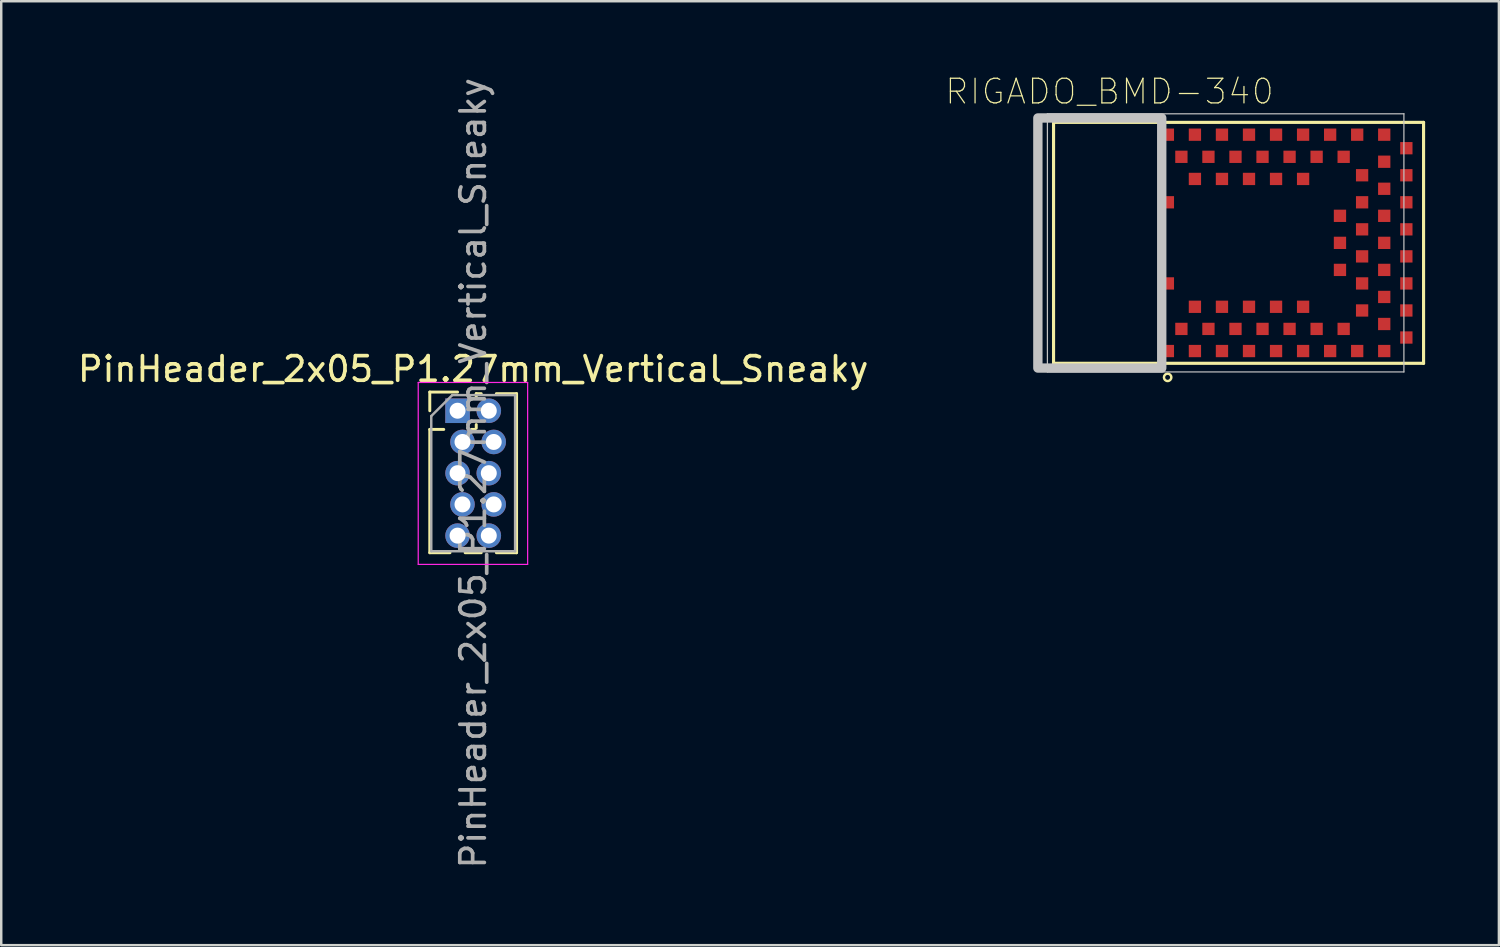
<source format=kicad_pcb>
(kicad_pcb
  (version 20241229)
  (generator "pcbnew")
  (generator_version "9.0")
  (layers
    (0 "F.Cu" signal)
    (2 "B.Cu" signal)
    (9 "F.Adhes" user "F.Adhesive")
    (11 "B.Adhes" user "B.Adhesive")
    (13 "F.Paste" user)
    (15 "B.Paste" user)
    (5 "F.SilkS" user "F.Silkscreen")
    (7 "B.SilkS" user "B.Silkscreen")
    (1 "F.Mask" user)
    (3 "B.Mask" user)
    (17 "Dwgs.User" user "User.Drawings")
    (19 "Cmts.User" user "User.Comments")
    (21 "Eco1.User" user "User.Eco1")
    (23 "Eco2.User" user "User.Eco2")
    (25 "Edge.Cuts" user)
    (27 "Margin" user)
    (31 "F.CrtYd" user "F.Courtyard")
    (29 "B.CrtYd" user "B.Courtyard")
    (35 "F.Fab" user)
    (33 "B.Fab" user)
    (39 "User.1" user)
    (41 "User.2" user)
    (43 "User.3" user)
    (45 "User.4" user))
  (footprint "PinHeader_2x05_P1.27mm_Vertical_Sneaky"
    (layer "F.Cu")
    (at 15.561 13.656)
    (property "Reference" "PinHeader_2x05_P1.27mm_Vertical_Sneaky" (at 0.635 -1.695 0) (layer "F.SilkS") (effects (font (size 1 1) (thickness 0.15))))
    (attr through_hole)
    (fp_line (start -1.13 -0.76) (end 0 -0.76) (stroke (width 0.12) (type solid)) (layer "F.SilkS"))
    (fp_line (start -1.13 0) (end -1.13 -0.76) (stroke (width 0.12) (type solid)) (layer "F.SilkS"))
    (fp_line (start -1.13 0.76) (end -1.13 5.775) (stroke (width 0.12) (type solid)) (layer "F.SilkS"))
    (fp_line (start -1.13 0.76) (end -0.563 0.76) (stroke (width 0.12) (type solid)) (layer "F.SilkS"))
    (fp_line (start -1.13 5.775) (end -0.308 5.775) (stroke (width 0.12) (type solid)) (layer "F.SilkS"))
    (fp_line (start 0.308 5.775) (end 0.962 5.775) (stroke (width 0.12) (type solid)) (layer "F.SilkS"))
    (fp_line (start 0.563 0.76) (end 0.707 0.76) (stroke (width 0.12) (type solid)) (layer "F.SilkS"))
    (fp_line (start 0.76 -0.695) (end 0.962 -0.695) (stroke (width 0.12) (type solid)) (layer "F.SilkS"))
    (fp_line (start 0.76 -0.563) (end 0.76 -0.695) (stroke (width 0.12) (type solid)) (layer "F.SilkS"))
    (fp_line (start 0.76 0.707) (end 0.76 0.563) (stroke (width 0.12) (type solid)) (layer "F.SilkS"))
    (fp_line (start 1.578 -0.695) (end 2.4 -0.695) (stroke (width 0.12) (type solid)) (layer "F.SilkS"))
    (fp_line (start 1.578 5.775) (end 2.4 5.775) (stroke (width 0.12) (type solid)) (layer "F.SilkS"))
    (fp_line (start 2.4 -0.695) (end 2.4 5.775) (stroke (width 0.12) (type solid)) (layer "F.SilkS"))
    (fp_line (start -1.6 -1.15) (end -1.6 6.25) (stroke (width 0.05) (type solid)) (layer "F.CrtYd"))
    (fp_line (start -1.6 6.25) (end 2.85 6.25) (stroke (width 0.05) (type solid)) (layer "F.CrtYd"))
    (fp_line (start 2.85 -1.15) (end -1.6 -1.15) (stroke (width 0.05) (type solid)) (layer "F.CrtYd"))
    (fp_line (start 2.85 6.25) (end 2.85 -1.15) (stroke (width 0.05) (type solid)) (layer "F.CrtYd"))
    (fp_line (start -1.07 0.217) (end -0.217 -0.635) (stroke (width 0.1) (type solid)) (layer "F.Fab"))
    (fp_line (start -1.07 5.715) (end -1.07 0.217) (stroke (width 0.1) (type solid)) (layer "F.Fab"))
    (fp_line (start -0.217 -0.635) (end 2.34 -0.635) (stroke (width 0.1) (type solid)) (layer "F.Fab"))
    (fp_line (start 2.34 -0.635) (end 2.34 5.715) (stroke (width 0.1) (type solid)) (layer "F.Fab"))
    (fp_line (start 2.34 5.715) (end -1.07 5.715) (stroke (width 0.1) (type solid)) (layer "F.Fab"))
    (fp_text user "${REFERENCE}" (at 0.635 2.54 90) (layer "F.Fab") (effects (font (size 1 1) (thickness 0.15))))
    (pad "1" thru_hole rect (at 0 0) (size 1 1) (drill 0.65) (layers "*.Cu" "*.Mask"))
    (pad "2" thru_hole oval (at 1.27 0) (size 1 1) (drill 0.65) (layers "*.Cu" "*.Mask"))
    (pad "3" thru_hole oval (at 0.2 1.27) (size 1 1) (drill 0.65) (layers "*.Cu" "*.Mask"))
    (pad "4" thru_hole oval (at 1.47 1.27) (size 1 1) (drill 0.65) (layers "*.Cu" "*.Mask"))
    (pad "5" thru_hole oval (at 0 2.54) (size 1 1) (drill 0.65) (layers "*.Cu" "*.Mask"))
    (pad "6" thru_hole oval (at 1.27 2.54) (size 1 1) (drill 0.65) (layers "*.Cu" "*.Mask"))
    (pad "7" thru_hole oval (at 0.2 3.81) (size 1 1) (drill 0.65) (layers "*.Cu" "*.Mask"))
    (pad "8" thru_hole oval (at 1.47 3.81) (size 1 1) (drill 0.65) (layers "*.Cu" "*.Mask"))
    (pad "9" thru_hole oval (at 0 5.08) (size 1 1) (drill 0.65) (layers "*.Cu" "*.Mask"))
    (pad "10" thru_hole oval (at 1.27 5.08) (size 1 1) (drill 0.65) (layers "*.Cu" "*.Mask")))
  (footprint "RIGADO_BMD-340"
    (layer "F.Cu")
    (at 46.802 6.828)
    (property "Reference" "RIGADO_BMD-340" (at -4.724 -6.154 0) (layer "F.SilkS") (effects (font (size 1.003 1.003) (thickness 0.05))))
    (attr smd)
    (fp_line (start -7 -4.9) (end -7 4.9) (stroke (width 0.127) (type solid)) (layer "F.SilkS"))
    (fp_line (start -7 4.9) (end 8.05 4.9) (stroke (width 0.127) (type solid)) (layer "F.SilkS"))
    (fp_line (start 8.05 -4.9) (end -7 -4.9) (stroke (width 0.127) (type solid)) (layer "F.SilkS"))
    (fp_line (start 8.05 4.9) (end 8.05 -4.9) (stroke (width 0.127) (type solid)) (layer "F.SilkS"))
    (fp_circle (center -2.36 5.47) (end -2.21 5.47) (stroke (width 0.1) (type solid)) (fill no) (layer "F.SilkS"))
    (fp_line (start -7.25 -5.25) (end -7.25 5.25) (stroke (width 0.05) (type solid)) (layer "Dwgs.User"))
    (fp_line (start -7.25 5.25) (end 7.25 5.25) (stroke (width 0.05) (type solid)) (layer "Dwgs.User"))
    (fp_line (start 7.25 -5.25) (end -7.25 -5.25) (stroke (width 0.05) (type solid)) (layer "Dwgs.User"))
    (fp_line (start 7.25 5.25) (end 7.25 -5.25) (stroke (width 0.05) (type solid)) (layer "Dwgs.User"))
    (fp_poly (pts (xy -7.638 -5.08) (xy -2.6 -5.08) (xy -2.6 5.092) (xy -7.638 5.092)) (stroke (width 0.381) (type solid)) (fill no) (layer "Dwgs.User"))
    (pad "1" smd rect (at -2.35 4.4) (size 0.5 0.5) (layers "F.Cu" "F.Mask" "F.Paste"))
    (pad "2" smd rect (at -1.8 3.5) (size 0.5 0.5) (layers "F.Cu" "F.Mask" "F.Paste"))
    (pad "3" smd rect (at -1.25 4.4) (size 0.5 0.5) (layers "F.Cu" "F.Mask" "F.Paste"))
    (pad "4" smd rect (at -0.7 3.5) (size 0.5 0.5) (layers "F.Cu" "F.Mask" "F.Paste"))
    (pad "5" smd rect (at -0.15 4.4) (size 0.5 0.5) (layers "F.Cu" "F.Mask" "F.Paste"))
    (pad "6" smd rect (at 0.4 3.5) (size 0.5 0.5) (layers "F.Cu" "F.Mask" "F.Paste"))
    (pad "7" smd rect (at 0.95 4.4) (size 0.5 0.5) (layers "F.Cu" "F.Mask" "F.Paste"))
    (pad "8" smd rect (at 1.5 3.5) (size 0.5 0.5) (layers "F.Cu" "F.Mask" "F.Paste"))
    (pad "9" smd rect (at 2.05 4.4) (size 0.5 0.5) (layers "F.Cu" "F.Mask" "F.Paste"))
    (pad "10" smd rect (at 2.6 3.5) (size 0.5 0.5) (layers "F.Cu" "F.Mask" "F.Paste"))
    (pad "11" smd rect (at 3.15 4.4) (size 0.5 0.5) (layers "F.Cu" "F.Mask" "F.Paste"))
    (pad "12" smd rect (at 3.7 3.5) (size 0.5 0.5) (layers "F.Cu" "F.Mask" "F.Paste"))
    (pad "13" smd rect (at 4.25 4.4) (size 0.5 0.5) (layers "F.Cu" "F.Mask" "F.Paste"))
    (pad "14" smd rect (at 4.8 3.5) (size 0.5 0.5) (layers "F.Cu" "F.Mask" "F.Paste"))
    (pad "15" smd rect (at 5.35 4.4) (size 0.5 0.5) (layers "F.Cu" "F.Mask" "F.Paste"))
    (pad "16" smd rect (at 6.45 4.4) (size 0.5 0.5) (layers "F.Cu" "F.Mask" "F.Paste"))
    (pad "17" smd rect (at 6.45 3.3) (size 0.5 0.5) (layers "F.Cu" "F.Mask" "F.Paste"))
    (pad "18" smd rect (at 5.55 2.75) (size 0.5 0.5) (layers "F.Cu" "F.Mask" "F.Paste"))
    (pad "19" smd rect (at 6.45 2.2) (size 0.5 0.5) (layers "F.Cu" "F.Mask" "F.Paste"))
    (pad "20" smd rect (at 5.55 1.65) (size 0.5 0.5) (layers "F.Cu" "F.Mask" "F.Paste"))
    (pad "21" smd rect (at 6.45 1.1) (size 0.5 0.5) (layers "F.Cu" "F.Mask" "F.Paste"))
    (pad "22" smd rect (at 5.55 0.55) (size 0.5 0.5) (layers "F.Cu" "F.Mask" "F.Paste"))
    (pad "23" smd rect (at 6.45 0) (size 0.5 0.5) (layers "F.Cu" "F.Mask" "F.Paste"))
    (pad "24" smd rect (at 5.55 -0.55) (size 0.5 0.5) (layers "F.Cu" "F.Mask" "F.Paste"))
    (pad "25" smd rect (at 6.45 -1.1) (size 0.5 0.5) (layers "F.Cu" "F.Mask" "F.Paste"))
    (pad "26" smd rect (at 5.55 -1.65) (size 0.5 0.5) (layers "F.Cu" "F.Mask" "F.Paste"))
    (pad "27" smd rect (at 6.45 -2.2) (size 0.5 0.5) (layers "F.Cu" "F.Mask" "F.Paste"))
    (pad "28" smd rect (at 5.55 -2.75) (size 0.5 0.5) (layers "F.Cu" "F.Mask" "F.Paste"))
    (pad "29" smd rect (at 6.45 -3.3) (size 0.5 0.5) (layers "F.Cu" "F.Mask" "F.Paste"))
    (pad "30" smd rect (at 6.45 -4.4) (size 0.5 0.5) (layers "F.Cu" "F.Mask" "F.Paste"))
    (pad "31" smd rect (at 5.35 -4.4) (size 0.5 0.5) (layers "F.Cu" "F.Mask" "F.Paste"))
    (pad "32" smd rect (at 4.8 -3.5) (size 0.5 0.5) (layers "F.Cu" "F.Mask" "F.Paste"))
    (pad "33" smd rect (at 4.25 -4.4) (size 0.5 0.5) (layers "F.Cu" "F.Mask" "F.Paste"))
    (pad "34" smd rect (at 3.7 -3.5) (size 0.5 0.5) (layers "F.Cu" "F.Mask" "F.Paste"))
    (pad "35" smd rect (at 3.15 -4.4) (size 0.5 0.5) (layers "F.Cu" "F.Mask" "F.Paste"))
    (pad "36" smd rect (at 2.6 -3.5) (size 0.5 0.5) (layers "F.Cu" "F.Mask" "F.Paste"))
    (pad "37" smd rect (at 2.05 -4.4) (size 0.5 0.5) (layers "F.Cu" "F.Mask" "F.Paste"))
    (pad "38" smd rect (at 1.5 -3.5) (size 0.5 0.5) (layers "F.Cu" "F.Mask" "F.Paste"))
    (pad "39" smd rect (at 0.95 -4.4) (size 0.5 0.5) (layers "F.Cu" "F.Mask" "F.Paste"))
    (pad "40" smd rect (at 0.4 -3.5) (size 0.5 0.5) (layers "F.Cu" "F.Mask" "F.Paste"))
    (pad "41" smd rect (at -0.15 -4.4) (size 0.5 0.5) (layers "F.Cu" "F.Mask" "F.Paste"))
    (pad "42" smd rect (at -0.7 -3.5) (size 0.5 0.5) (layers "F.Cu" "F.Mask" "F.Paste"))
    (pad "43" smd rect (at -1.25 -4.4) (size 0.5 0.5) (layers "F.Cu" "F.Mask" "F.Paste"))
    (pad "44" smd rect (at -1.8 -3.5) (size 0.5 0.5) (layers "F.Cu" "F.Mask" "F.Paste"))
    (pad "45" smd rect (at -2.35 -4.4) (size 0.5 0.5) (layers "F.Cu" "F.Mask" "F.Paste"))
    (pad "46" smd rect (at -2.35 -1.65) (size 0.5 0.5) (layers "F.Cu" "F.Mask" "F.Paste"))
    (pad "47" smd rect (at -2.35 1.65) (size 0.5 0.5) (layers "F.Cu" "F.Mask" "F.Paste"))
    (pad "48" smd rect (at -1.25 2.6) (size 0.5 0.5) (layers "F.Cu" "F.Mask" "F.Paste"))
    (pad "49" smd rect (at -0.15 2.6) (size 0.5 0.5) (layers "F.Cu" "F.Mask" "F.Paste"))
    (pad "50" smd rect (at 0.95 2.6) (size 0.5 0.5) (layers "F.Cu" "F.Mask" "F.Paste"))
    (pad "51" smd rect (at 2.05 2.6) (size 0.5 0.5) (layers "F.Cu" "F.Mask" "F.Paste"))
    (pad "52" smd rect (at 3.15 2.6) (size 0.5 0.5) (layers "F.Cu" "F.Mask" "F.Paste"))
    (pad "53" smd rect (at 4.65 1.1) (size 0.5 0.5) (layers "F.Cu" "F.Mask" "F.Paste"))
    (pad "54" smd rect (at 4.65 0) (size 0.5 0.5) (layers "F.Cu" "F.Mask" "F.Paste"))
    (pad "55" smd rect (at 4.65 -1.1) (size 0.5 0.5) (layers "F.Cu" "F.Mask" "F.Paste"))
    (pad "56" smd rect (at 3.15 -2.6) (size 0.5 0.5) (layers "F.Cu" "F.Mask" "F.Paste"))
    (pad "57" smd rect (at 2.05 -2.6) (size 0.5 0.5) (layers "F.Cu" "F.Mask" "F.Paste"))
    (pad "58" smd rect (at 0.95 -2.6) (size 0.5 0.5) (layers "F.Cu" "F.Mask" "F.Paste"))
    (pad "59" smd rect (at -0.15 -2.6) (size 0.5 0.5) (layers "F.Cu" "F.Mask" "F.Paste"))
    (pad "60" smd rect (at -1.25 -2.6) (size 0.5 0.5) (layers "F.Cu" "F.Mask" "F.Paste"))
    (pad "61" smd rect (at 7.35 3.85) (size 0.5 0.5) (layers "F.Cu" "F.Mask" "F.Paste"))
    (pad "62" smd rect (at 7.35 2.75) (size 0.5 0.5) (layers "F.Cu" "F.Mask" "F.Paste"))
    (pad "63" smd rect (at 7.35 1.65) (size 0.5 0.5) (layers "F.Cu" "F.Mask" "F.Paste"))
    (pad "64" smd rect (at 7.35 0.55) (size 0.5 0.5) (layers "F.Cu" "F.Mask" "F.Paste"))
    (pad "65" smd rect (at 7.35 -0.55) (size 0.5 0.5) (layers "F.Cu" "F.Mask" "F.Paste"))
    (pad "66" smd rect (at 7.35 -1.65) (size 0.5 0.5) (layers "F.Cu" "F.Mask" "F.Paste"))
    (pad "67" smd rect (at 7.35 -2.75) (size 0.5 0.5) (layers "F.Cu" "F.Mask" "F.Paste"))
    (pad "68" smd rect (at 7.35 -3.85) (size 0.5 0.5) (layers "F.Cu" "F.Mask" "F.Paste")))
  (gr_rect
    (start -3 -3)
    (end 57.916 35.393)
    (stroke (width 0.1) (type default))
    (fill no)
    (layer "Edge.Cuts")))
</source>
